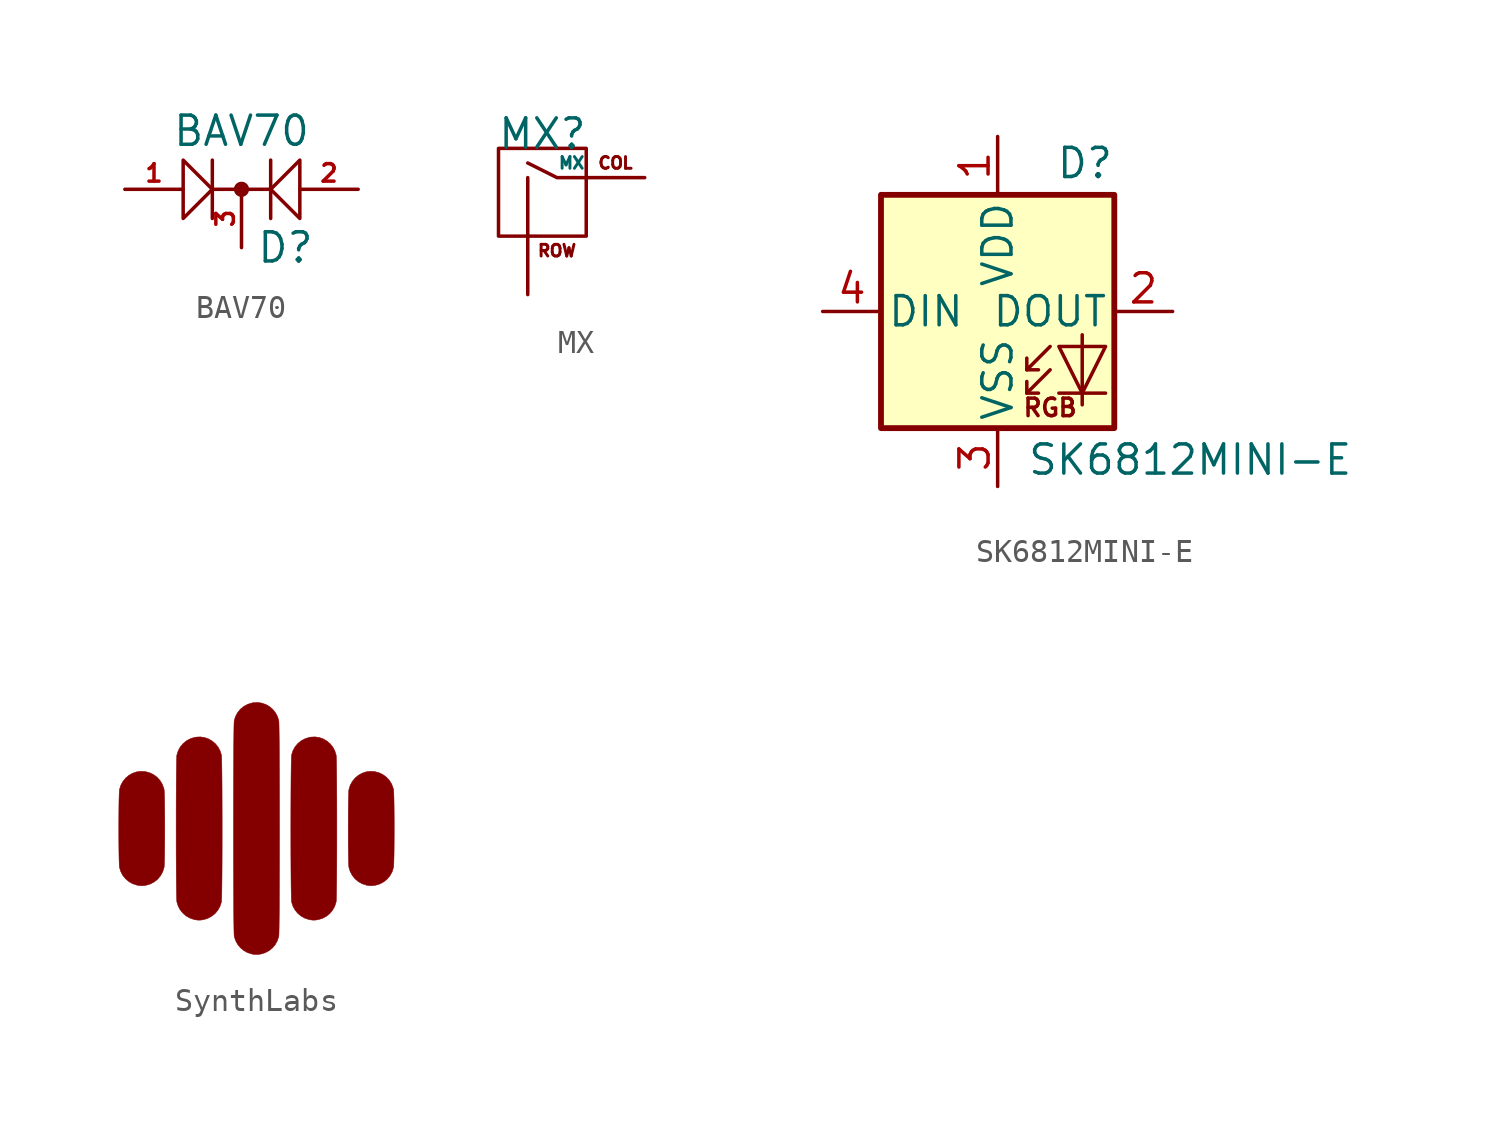
<source format=kicad_sym>
(kicad_symbol_lib
  (version 20210619)
  (generator kicad_symbol_editor)
  (symbol "0xCB:BAV70"
    (pin_names
      (offset 0.762) hide)
    (property "Reference" "D"
      (at 0.635 -2.54 0)
      (effects (font (size 1.27 1.27)) (justify left)))
    (property "Value" "BAV70"
      (at 0 2.54 0)
      (effects (font (size 1.27 1.27))))
    (symbol "BAV70_0_1"
      (circle (center 0 0) (radius 0.254) (stroke (width 0)) (fill (type outline)))
      (polyline (pts (xy -1.27 1.27) (xy -1.27 -1.27)) (stroke (width 0)) (fill (type none)))
      (polyline (pts (xy 1.27 0) (xy -1.27 0)) (stroke (width 0)) (fill (type none)))
      (polyline (pts (xy 1.27 1.27) (xy 1.27 -1.27)) (stroke (width 0)) (fill (type none)))
      (polyline (pts (xy -2.54 1.27) (xy -2.54 -1.27) (xy -1.27 0) (xy -2.54 1.27)) (stroke (width 0)) (fill (type none)))
      (polyline (pts (xy 2.54 1.27) (xy 2.54 -1.27) (xy 1.27 0) (xy 2.54 1.27)) (stroke (width 0)) (fill (type none))))
    (symbol "BAV70_1_1"
      (pin input line (at -5.08 0 0) (length 2.54) (name "A1" (effects (font (size 0.762 0.762)))) (number "1" (effects (font (size 0.762 0.762)))))
      (pin input line (at 5.08 0 180) (length 2.54) (name "A2" (effects (font (size 0.762 0.762)))) (number "2" (effects (font (size 0.762 0.762)))))
      (pin passive line (at 0 -2.54 90) (length 2.54) (name "K" (effects (font (size 0.508 0.508)))) (number "3" (effects (font (size 0.762 0.762)))))))
  (symbol "0xCB:MX"
    (pin_names
      (offset 1.016))
    (property "Reference" "MX"
      (at -0.635 1.905 0)
      (effects (font (size 1.27 1.27))))
    (property "Value" "MX"
      (at 0.635 0.635 0)
      (effects (font (size 0.508 0.508))))
    (symbol "MX_1_0"
      (text "COL" (at 2.54 0.635 0) (effects (font (size 0.508 0.508)))))
    (symbol "MX_1_1"
      (text "ROW" (at 0 -3.175 0) (effects (font (size 0.508 0.508))))
      (polyline (pts (xy -1.27 -2.54) (xy -1.27 0)) (stroke (width 0)) (fill (type none)))
      (polyline (pts (xy 1.27 0) (xy 0 0) (xy -1.27 0.635)) (stroke (width 0)) (fill (type none)))
      (polyline (pts (xy -2.54 1.27) (xy 1.27 1.27) (xy 1.27 -2.54) (xy -2.54 -2.54) (xy -2.54 1.27)) (stroke (width 0)) (fill (type none)))
      (pin passive line (at 3.81 0 180) (length 2.54) (name "COL" (effects (font (size 0 0)))) (number "1" (effects (font (size 0 0)))))
      (pin passive line (at -1.27 -5.08 90) (length 2.54) (name "ROW" (effects (font (size 0 0)))) (number "2" (effects (font (size 0 0)))))))
  (symbol "0xCB:SK6812MINI-E"
    (pin_names
      (offset 0.254))
    (property "Reference" "D"
      (at 5.08 5.715 0)
      (effects (font (size 1.27 1.27)) (justify right bottom)))
    (property "Value" "SK6812MINI-E"
      (at 1.27 -5.715 0)
      (effects (font (size 1.27 1.27)) (justify left top)))
    (symbol "SK6812MINI-E_0_0"
      (text "RGB" (at 2.286 -4.191 0) (effects (font (size 0.762 0.762)))))
    (symbol "SK6812MINI-E_0_1"
      (rectangle (start 5.08 5.08) (end -5.08 -5.08) (stroke (width 0.254)) (fill (type background)))
      (polyline (pts (xy 1.27 -3.556) (xy 1.778 -3.556)) (stroke (width 0)) (fill (type none)))
      (polyline (pts (xy 1.27 -2.54) (xy 1.778 -2.54)) (stroke (width 0)) (fill (type none)))
      (polyline (pts (xy 4.699 -3.556) (xy 2.667 -3.556)) (stroke (width 0)) (fill (type none)))
      (polyline (pts (xy 2.286 -2.54) (xy 1.27 -3.556) (xy 1.27 -3.048)) (stroke (width 0)) (fill (type none)))
      (polyline (pts (xy 2.286 -1.524) (xy 1.27 -2.54) (xy 1.27 -2.032)) (stroke (width 0)) (fill (type none)))
      (polyline (pts (xy 3.683 -1.016) (xy 3.683 -3.556) (xy 3.683 -4.064)) (stroke (width 0)) (fill (type none)))
      (polyline (pts (xy 4.699 -1.524) (xy 2.667 -1.524) (xy 3.683 -3.556) (xy 4.699 -1.524)) (stroke (width 0)) (fill (type none))))
    (symbol "SK6812MINI-E_1_1"
      (pin power_in line (at 0 7.62 270) (length 2.54) (name "VDD" (effects (font (size 1.27 1.27)))) (number "1" (effects (font (size 1.27 1.27)))))
      (pin output line (at 7.62 0 180) (length 2.54) (name "DOUT" (effects (font (size 1.27 1.27)))) (number "2" (effects (font (size 1.27 1.27)))))
      (pin power_in line (at 0 -7.62 90) (length 2.54) (name "VSS" (effects (font (size 1.27 1.27)))) (number "3" (effects (font (size 1.27 1.27)))))
      (pin input line (at -7.62 0 0) (length 2.54) (name "DIN" (effects (font (size 1.27 1.27)))) (number "4" (effects (font (size 1.27 1.27)))))))
  (symbol "0xCB:SynthLabs"
    (pin_names
      (offset 1.016))
    (property "Reference" "#G"
      (at 0 9.365 0)
      (effects (font (size 1.27 1.27)) hide))
    (symbol "SynthLabs_0_0"
      (polyline (pts (xy -4.927 -2.493) (xy -4.798 -2.471) (xy -4.622 -2.417) (xy -4.452 -2.326) (xy -4.303 -2.205) (xy -4.181 -2.058) (xy -4.088 -1.89) (xy -4.029 -1.702) (xy -4.026 -1.68) (xy -4.02 -1.611) (xy -4.015 -1.508) (xy -4.011 -1.376) (xy -4.007 -1.217) (xy -4.004 -1.036) (xy -4.002 -0.836) (xy -4 -0.623) (xy -3.999 -0.398) (xy -3.998 -0.167) (xy -3.998 0.067) (xy -3.998 0.299) (xy -3.999 0.527) (xy -4.001 0.746) (xy -4.003 0.952) (xy -4.006 1.141) (xy -4.009 1.31) (xy -4.013 1.455) (xy -4.018 1.571) (xy -4.023 1.655) (xy -4.029 1.702) (xy -4.041 1.753) (xy -4.109 1.936) (xy -4.21 2.099) (xy -4.338 2.238) (xy -4.492 2.351) (xy -4.668 2.434) (xy -4.86 2.482) (xy -5.047 2.493) (xy -5.231 2.466) (xy -5.405 2.406) (xy -5.565 2.315) (xy -5.705 2.196) (xy -5.823 2.052) (xy -5.913 1.887) (xy -5.971 1.702) (xy -5.975 1.68) (xy -5.98 1.611) (xy -5.985 1.508) (xy -5.989 1.376) (xy -5.993 1.217) (xy -5.996 1.036) (xy -5.998 0.837) (xy -6 0.623) (xy -6.001 0.398) (xy -6.002 0.167) (xy -6.002 -0.067) (xy -6.002 -0.299) (xy -6.001 -0.527) (xy -5.999 -0.746) (xy -5.997 -0.952) (xy -5.994 -1.141) (xy -5.991 -1.31) (xy -5.987 -1.455) (xy -5.982 -1.571) (xy -5.977 -1.655) (xy -5.971 -1.702) (xy -5.917 -1.877) (xy -5.827 -2.046) (xy -5.707 -2.194) (xy -5.562 -2.317) (xy -5.396 -2.41) (xy -5.212 -2.47) (xy -5.162 -2.48) (xy -5.041 -2.495) (xy -4.927 -2.493)) (stroke (width 0.01)) (fill (type outline)))
      (polyline (pts (xy 5.073 -2.493) (xy 5.202 -2.471) (xy 5.378 -2.417) (xy 5.548 -2.326) (xy 5.697 -2.205) (xy 5.819 -2.058) (xy 5.912 -1.89) (xy 5.971 -1.702) (xy 5.974 -1.68) (xy 5.98 -1.611) (xy 5.985 -1.508) (xy 5.989 -1.376) (xy 5.993 -1.217) (xy 5.996 -1.036) (xy 5.998 -0.836) (xy 6 -0.623) (xy 6.001 -0.398) (xy 6.002 -0.167) (xy 6.002 0.067) (xy 6.002 0.299) (xy 6.001 0.527) (xy 5.999 0.746) (xy 5.997 0.952) (xy 5.994 1.141) (xy 5.991 1.31) (xy 5.987 1.455) (xy 5.982 1.571) (xy 5.977 1.655) (xy 5.971 1.702) (xy 5.959 1.753) (xy 5.891 1.936) (xy 5.79 2.099) (xy 5.662 2.238) (xy 5.508 2.351) (xy 5.332 2.434) (xy 5.14 2.482) (xy 4.953 2.493) (xy 4.769 2.466) (xy 4.595 2.406) (xy 4.435 2.315) (xy 4.295 2.196) (xy 4.177 2.052) (xy 4.087 1.887) (xy 4.029 1.702) (xy 4.025 1.68) (xy 4.02 1.611) (xy 4.015 1.508) (xy 4.011 1.376) (xy 4.007 1.217) (xy 4.004 1.036) (xy 4.002 0.837) (xy 4 0.623) (xy 3.999 0.398) (xy 3.998 0.167) (xy 3.998 -0.067) (xy 3.998 -0.299) (xy 3.999 -0.527) (xy 4.001 -0.746) (xy 4.003 -0.952) (xy 4.006 -1.141) (xy 4.009 -1.31) (xy 4.013 -1.455) (xy 4.018 -1.571) (xy 4.023 -1.655) (xy 4.029 -1.702) (xy 4.083 -1.877) (xy 4.173 -2.046) (xy 4.293 -2.194) (xy 4.438 -2.317) (xy 4.604 -2.41) (xy 4.788 -2.47) (xy 4.838 -2.48) (xy 4.959 -2.495) (xy 5.073 -2.493)) (stroke (width 0.01)) (fill (type outline)))
      (polyline (pts (xy -2.427 -3.993) (xy -2.298 -3.971) (xy -2.122 -3.917) (xy -1.952 -3.826) (xy -1.803 -3.705) (xy -1.681 -3.558) (xy -1.588 -3.39) (xy -1.529 -3.202) (xy -1.527 -3.186) (xy -1.523 -3.127) (xy -1.519 -3.031) (xy -1.516 -2.902) (xy -1.512 -2.743) (xy -1.51 -2.556) (xy -1.507 -2.345) (xy -1.505 -2.11) (xy -1.503 -1.857) (xy -1.501 -1.586) (xy -1.5 -1.301) (xy -1.499 -1.005) (xy -1.498 -0.7) (xy -1.498 -0.389) (xy -1.498 -0.074) (xy -1.498 0.241) (xy -1.498 0.554) (xy -1.499 0.862) (xy -1.5 1.163) (xy -1.501 1.454) (xy -1.502 1.731) (xy -1.504 1.993) (xy -1.506 2.237) (xy -1.508 2.46) (xy -1.511 2.659) (xy -1.514 2.831) (xy -1.517 2.975) (xy -1.521 3.086) (xy -1.525 3.163) (xy -1.529 3.203) (xy -1.586 3.384) (xy -1.675 3.55) (xy -1.792 3.694) (xy -1.933 3.813) (xy -2.092 3.905) (xy -2.266 3.966) (xy -2.45 3.992) (xy -2.64 3.982) (xy -2.691 3.973) (xy -2.88 3.915) (xy -3.05 3.825) (xy -3.197 3.705) (xy -3.319 3.559) (xy -3.412 3.39) (xy -3.471 3.203) (xy -3.474 3.186) (xy -3.477 3.127) (xy -3.481 3.031) (xy -3.485 2.902) (xy -3.488 2.743) (xy -3.49 2.557) (xy -3.493 2.345) (xy -3.495 2.11) (xy -3.497 1.857) (xy -3.499 1.586) (xy -3.5 1.301) (xy -3.501 1.005) (xy -3.502 0.7) (xy -3.502 0.389) (xy -3.503 0.074) (xy -3.502 -0.241) (xy -3.502 -0.554) (xy -3.502 -0.862) (xy -3.501 -1.163) (xy -3.499 -1.454) (xy -3.498 -1.731) (xy -3.496 -1.993) (xy -3.494 -2.237) (xy -3.492 -2.46) (xy -3.489 -2.659) (xy -3.486 -2.831) (xy -3.483 -2.974) (xy -3.479 -3.086) (xy -3.475 -3.163) (xy -3.471 -3.202) (xy -3.417 -3.377) (xy -3.327 -3.546) (xy -3.207 -3.694) (xy -3.062 -3.817) (xy -2.896 -3.91) (xy -2.712 -3.97) (xy -2.663 -3.98) (xy -2.541 -3.995) (xy -2.427 -3.993)) (stroke (width 0.01)) (fill (type outline)))
      (polyline (pts (xy 2.573 -3.993) (xy 2.702 -3.971) (xy 2.878 -3.917) (xy 3.048 -3.826) (xy 3.197 -3.705) (xy 3.319 -3.558) (xy 3.412 -3.39) (xy 3.471 -3.202) (xy 3.473 -3.186) (xy 3.477 -3.127) (xy 3.481 -3.031) (xy 3.484 -2.902) (xy 3.487 -2.743) (xy 3.49 -2.556) (xy 3.493 -2.345) (xy 3.495 -2.11) (xy 3.497 -1.857) (xy 3.499 -1.586) (xy 3.5 -1.301) (xy 3.501 -1.005) (xy 3.502 -0.7) (xy 3.502 -0.389) (xy 3.502 -0.074) (xy 3.502 0.241) (xy 3.502 0.554) (xy 3.501 0.862) (xy 3.501 1.163) (xy 3.499 1.454) (xy 3.498 1.731) (xy 3.496 1.993) (xy 3.494 2.237) (xy 3.491 2.46) (xy 3.489 2.659) (xy 3.486 2.831) (xy 3.483 2.975) (xy 3.479 3.086) (xy 3.475 3.163) (xy 3.471 3.203) (xy 3.414 3.384) (xy 3.325 3.55) (xy 3.208 3.694) (xy 3.067 3.813) (xy 2.908 3.905) (xy 2.734 3.966) (xy 2.55 3.992) (xy 2.36 3.982) (xy 2.309 3.973) (xy 2.12 3.915) (xy 1.95 3.825) (xy 1.802 3.705) (xy 1.681 3.559) (xy 1.588 3.39) (xy 1.529 3.203) (xy 1.526 3.186) (xy 1.523 3.127) (xy 1.519 3.031) (xy 1.516 2.902) (xy 1.512 2.743) (xy 1.51 2.557) (xy 1.507 2.345) (xy 1.505 2.11) (xy 1.503 1.857) (xy 1.501 1.586) (xy 1.5 1.301) (xy 1.499 1.005) (xy 1.498 0.7) (xy 1.498 0.389) (xy 1.497 0.074) (xy 1.498 -0.241) (xy 1.498 -0.554) (xy 1.498 -0.862) (xy 1.499 -1.163) (xy 1.501 -1.454) (xy 1.502 -1.731) (xy 1.504 -1.993) (xy 1.506 -2.237) (xy 1.508 -2.46) (xy 1.511 -2.659) (xy 1.514 -2.831) (xy 1.517 -2.974) (xy 1.521 -3.086) (xy 1.525 -3.163) (xy 1.529 -3.202) (xy 1.583 -3.377) (xy 1.673 -3.546) (xy 1.793 -3.694) (xy 1.938 -3.817) (xy 2.104 -3.91) (xy 2.288 -3.97) (xy 2.337 -3.98) (xy 2.459 -3.995) (xy 2.573 -3.993)) (stroke (width 0.01)) (fill (type outline)))
      (polyline (pts (xy 0.073 -5.492) (xy 0.202 -5.471) (xy 0.378 -5.417) (xy 0.548 -5.326) (xy 0.697 -5.205) (xy 0.819 -5.059) (xy 0.912 -4.89) (xy 0.971 -4.702) (xy 0.972 -4.694) (xy 0.976 -4.644) (xy 0.979 -4.558) (xy 0.982 -4.436) (xy 0.985 -4.282) (xy 0.987 -4.098) (xy 0.989 -3.885) (xy 0.992 -3.646) (xy 0.994 -3.384) (xy 0.995 -3.1) (xy 0.997 -2.796) (xy 0.998 -2.475) (xy 0.999 -2.139) (xy 1 -1.791) (xy 1.001 -1.432) (xy 1.002 -1.064) (xy 1.002 -0.69) (xy 1.003 -0.312) (xy 1.003 0.067) (xy 1.002 0.447) (xy 1.002 0.823) (xy 1.002 1.195) (xy 1.001 1.56) (xy 1 1.916) (xy 0.999 2.26) (xy 0.998 2.591) (xy 0.996 2.906) (xy 0.995 3.203) (xy 0.993 3.48) (xy 0.991 3.734) (xy 0.989 3.964) (xy 0.986 4.167) (xy 0.984 4.341) (xy 0.981 4.483) (xy 0.978 4.593) (xy 0.975 4.667) (xy 0.971 4.702) (xy 0.914 4.884) (xy 0.825 5.05) (xy 0.708 5.194) (xy 0.567 5.313) (xy 0.408 5.405) (xy 0.234 5.465) (xy 0.05 5.492) (xy -0.14 5.482) (xy -0.191 5.473) (xy -0.38 5.415) (xy -0.55 5.325) (xy -0.698 5.205) (xy -0.819 5.059) (xy -0.912 4.89) (xy -0.971 4.702) (xy -0.973 4.694) (xy -0.976 4.645) (xy -0.979 4.558) (xy -0.982 4.436) (xy -0.985 4.282) (xy -0.987 4.098) (xy -0.989 3.885) (xy -0.992 3.647) (xy -0.994 3.384) (xy -0.995 3.1) (xy -0.997 2.796) (xy -0.998 2.475) (xy -1 2.14) (xy -1 1.791) (xy -1.001 1.432) (xy -1.002 1.064) (xy -1.002 0.69) (xy -1.003 0.312) (xy -1.003 -0.067) (xy -1.003 -0.447) (xy -1.002 -0.823) (xy -1.002 -1.195) (xy -1.001 -1.56) (xy -1 -1.916) (xy -0.999 -2.26) (xy -0.998 -2.591) (xy -0.996 -2.906) (xy -0.995 -3.203) (xy -0.993 -3.479) (xy -0.991 -3.734) (xy -0.989 -3.964) (xy -0.986 -4.167) (xy -0.984 -4.34) (xy -0.981 -4.483) (xy -0.978 -4.593) (xy -0.975 -4.666) (xy -0.971 -4.702) (xy -0.917 -4.877) (xy -0.827 -5.046) (xy -0.707 -5.194) (xy -0.562 -5.317) (xy -0.396 -5.41) (xy -0.212 -5.47) (xy -0.163 -5.48) (xy -0.041 -5.495) (xy 0.073 -5.492)) (stroke (width 0.01)) (fill (type outline))))))
</source>
